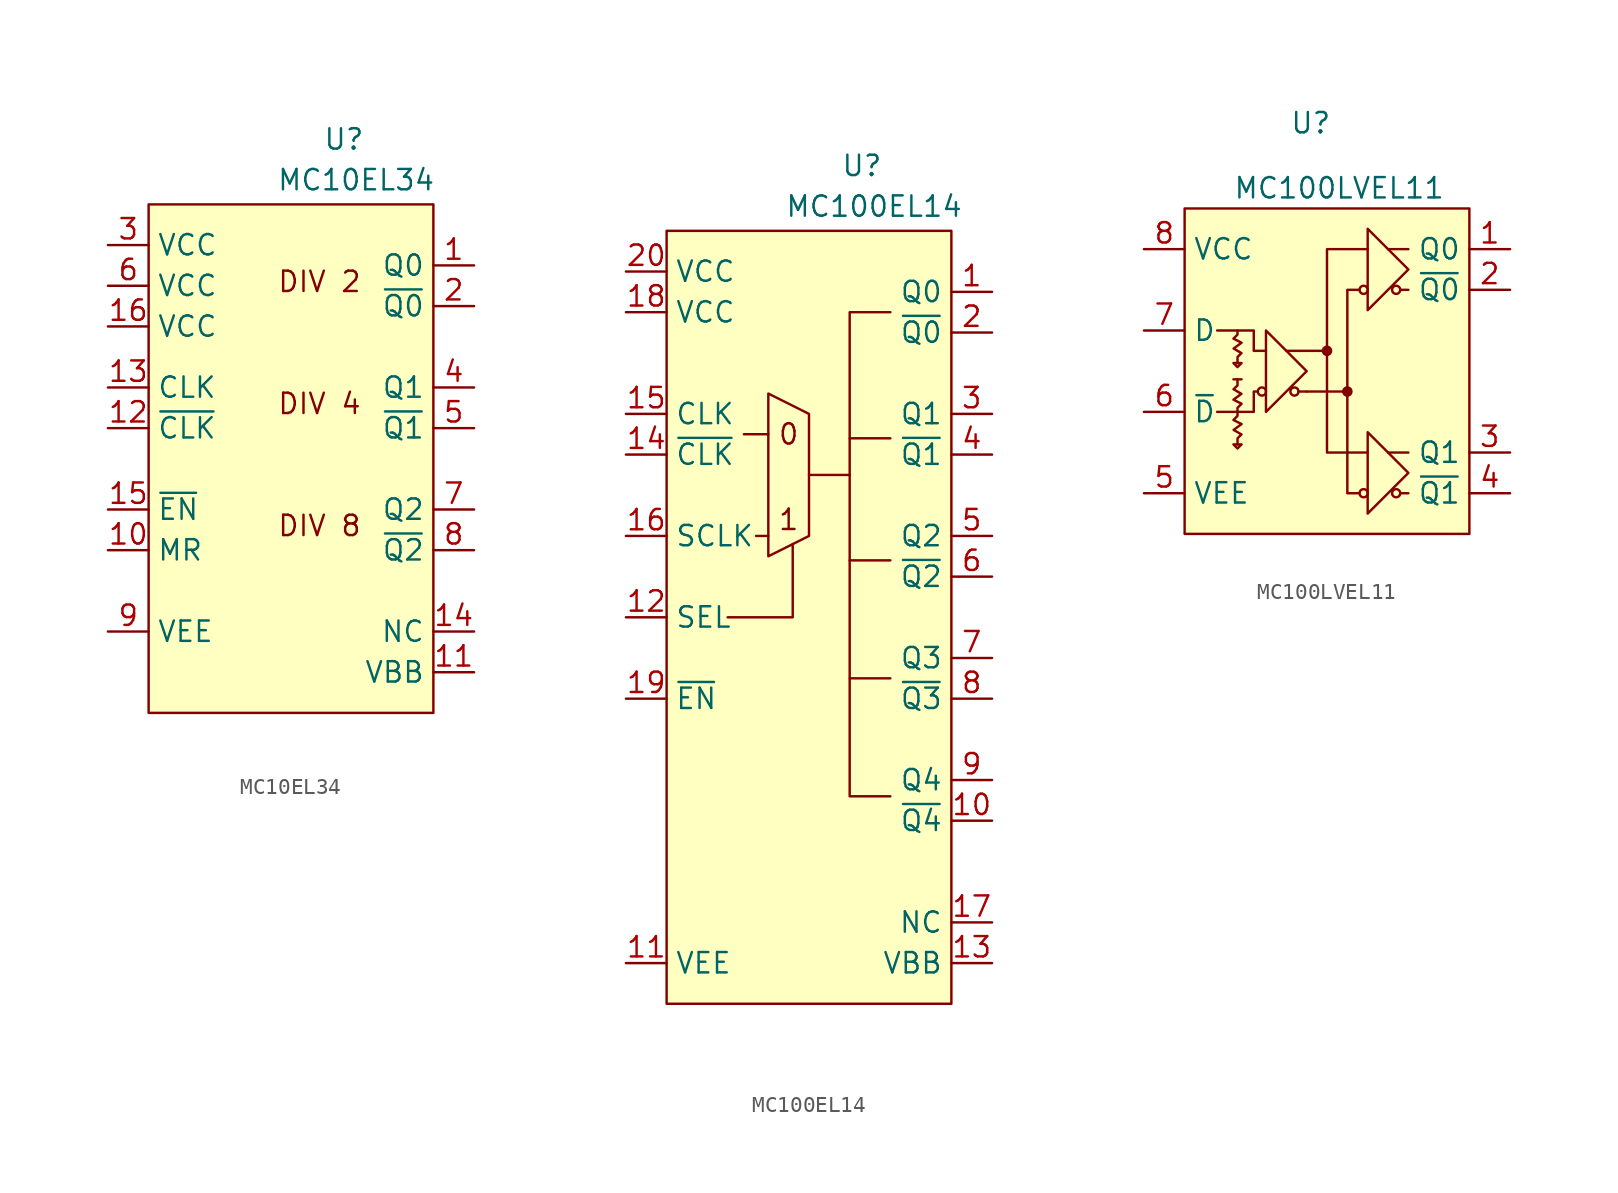
<source format=kicad_sym>
(kicad_symbol_lib
  (version 20241209)
  (generator "kicad_symbol_editor")
  (generator_version "9.0")
  (symbol "MC10EL34"
    (property "Reference" "U"
      (at 12.192 4.064 0)
      (effects (font (size 1.27 1.27))))
    (property "Value" "MC10EL34"
      (at 12.954 1.524 0)
      (effects (font (size 1.27 1.27))))
    (symbol "MC10EL34_1_0"
      (pin power_in line (at -2.54 -2.54 0) (length 2.54) (name "VCC" (effects (font (size 1.27 1.27)))) (number "3" (effects (font (size 1.27 1.27)))))
      (pin power_in line (at -2.54 -5.08 0) (length 2.54) (name "VCC" (effects (font (size 1.27 1.27)))) (number "6" (effects (font (size 1.27 1.27)))))
      (pin power_in line (at -2.54 -7.62 0) (length 2.54) (name "VCC" (effects (font (size 1.27 1.27)))) (number "16" (effects (font (size 1.27 1.27)))))
      (pin input line (at -2.54 -11.43 0) (length 2.54) (name "CLK" (effects (font (size 1.27 1.27)))) (number "13" (effects (font (size 1.27 1.27)))))
      (pin input line (at -2.54 -13.97 0) (length 2.54) (name "~{CLK}" (effects (font (size 1.27 1.27)))) (number "12" (effects (font (size 1.27 1.27)))))
      (pin input line (at -2.54 -19.05 0) (length 2.54) (name "~{EN}" (effects (font (size 1.27 1.27)))) (number "15" (effects (font (size 1.27 1.27)))))
      (pin input line (at -2.54 -21.59 0) (length 2.54) (name "MR" (effects (font (size 1.27 1.27)))) (number "10" (effects (font (size 1.27 1.27)))))
      (pin power_in line (at -2.54 -26.67 0) (length 2.54) (name "VEE" (effects (font (size 1.27 1.27)))) (number "9" (effects (font (size 1.27 1.27)))))
      (pin output line (at 20.32 -3.81 180) (length 2.54) (name "Q0" (effects (font (size 1.27 1.27)))) (number "1" (effects (font (size 1.27 1.27)))))
      (pin output line (at 20.32 -6.35 180) (length 2.54) (name "~{Q0}" (effects (font (size 1.27 1.27)))) (number "2" (effects (font (size 1.27 1.27)))))
      (pin output line (at 20.32 -11.43 180) (length 2.54) (name "Q1" (effects (font (size 1.27 1.27)))) (number "4" (effects (font (size 1.27 1.27)))))
      (pin output line (at 20.32 -13.97 180) (length 2.54) (name "~{Q1}" (effects (font (size 1.27 1.27)))) (number "5" (effects (font (size 1.27 1.27)))))
      (pin output line (at 20.32 -19.05 180) (length 2.54) (name "Q2" (effects (font (size 1.27 1.27)))) (number "7" (effects (font (size 1.27 1.27)))))
      (pin output line (at 20.32 -21.59 180) (length 2.54) (name "~{Q2}" (effects (font (size 1.27 1.27)))) (number "8" (effects (font (size 1.27 1.27)))))
      (pin unspecified line (at 20.32 -26.67 180) (length 2.54) (name "NC" (effects (font (size 1.27 1.27)))) (number "14" (effects (font (size 1.27 1.27)))))
      (pin power_in line (at 20.32 -29.21 180) (length 2.54) (name "VBB" (effects (font (size 1.27 1.27)))) (number "11" (effects (font (size 1.27 1.27))))))
    (symbol "MC10EL34_1_1"
      (rectangle (start 0 0) (end 17.78 -31.75) (stroke (width 0) (type solid)) (fill (type background)))
      (text "DIV 2" (at 10.668 -4.826 0) (effects (font (size 1.27 1.27))))
      (text "DIV 4" (at 10.668 -12.446 0) (effects (font (size 1.27 1.27))))
      (text "DIV 8" (at 10.668 -20.066 0) (effects (font (size 1.27 1.27))))))
  (symbol "MC100EL14"
    (property "Reference" "U"
      (at 12.192 4.064 0)
      (effects (font (size 1.27 1.27))))
    (property "Value" "MC100EL14"
      (at 12.954 1.524 0)
      (effects (font (size 1.27 1.27))))
    (symbol "MC100EL14_1_0"
      (pin power_in line (at -2.54 -2.54 0) (length 2.54) (name "VCC" (effects (font (size 1.27 1.27)))) (number "20" (effects (font (size 1.27 1.27)))))
      (pin power_in line (at -2.54 -5.08 0) (length 2.54) (name "VCC" (effects (font (size 1.27 1.27)))) (number "18" (effects (font (size 1.27 1.27)))))
      (pin input line (at -2.54 -11.43 0) (length 2.54) (name "CLK" (effects (font (size 1.27 1.27)))) (number "15" (effects (font (size 1.27 1.27)))))
      (pin input line (at -2.54 -13.97 0) (length 2.54) (name "~{CLK}" (effects (font (size 1.27 1.27)))) (number "14" (effects (font (size 1.27 1.27)))))
      (pin input line (at -2.54 -19.05 0) (length 2.54) (name "SCLK" (effects (font (size 1.27 1.27)))) (number "16" (effects (font (size 1.27 1.27)))))
      (pin input line (at -2.54 -24.13 0) (length 2.54) (name "SEL" (effects (font (size 1.27 1.27)))) (number "12" (effects (font (size 1.27 1.27)))))
      (pin input line (at -2.54 -29.21 0) (length 2.54) (name "~{EN}" (effects (font (size 1.27 1.27)))) (number "19" (effects (font (size 1.27 1.27)))))
      (pin power_in line (at -2.54 -45.72 0) (length 2.54) (name "VEE" (effects (font (size 1.27 1.27)))) (number "11" (effects (font (size 1.27 1.27)))))
      (pin output line (at 20.32 -3.81 180) (length 2.54) (name "Q0" (effects (font (size 1.27 1.27)))) (number "1" (effects (font (size 1.27 1.27)))))
      (pin output line (at 20.32 -6.35 180) (length 2.54) (name "~{Q0}" (effects (font (size 1.27 1.27)))) (number "2" (effects (font (size 1.27 1.27)))))
      (pin output line (at 20.32 -11.43 180) (length 2.54) (name "Q1" (effects (font (size 1.27 1.27)))) (number "3" (effects (font (size 1.27 1.27)))))
      (pin output line (at 20.32 -13.97 180) (length 2.54) (name "~{Q1}" (effects (font (size 1.27 1.27)))) (number "4" (effects (font (size 1.27 1.27)))))
      (pin output line (at 20.32 -19.05 180) (length 2.54) (name "Q2" (effects (font (size 1.27 1.27)))) (number "5" (effects (font (size 1.27 1.27)))))
      (pin output line (at 20.32 -21.59 180) (length 2.54) (name "~{Q2}" (effects (font (size 1.27 1.27)))) (number "6" (effects (font (size 1.27 1.27)))))
      (pin output line (at 20.32 -26.67 180) (length 2.54) (name "Q3" (effects (font (size 1.27 1.27)))) (number "7" (effects (font (size 1.27 1.27)))))
      (pin output line (at 20.32 -29.21 180) (length 2.54) (name "~{Q3}" (effects (font (size 1.27 1.27)))) (number "8" (effects (font (size 1.27 1.27)))))
      (pin output line (at 20.32 -34.29 180) (length 2.54) (name "Q4" (effects (font (size 1.27 1.27)))) (number "9" (effects (font (size 1.27 1.27)))))
      (pin output line (at 20.32 -36.83 180) (length 2.54) (name "~{Q4}" (effects (font (size 1.27 1.27)))) (number "10" (effects (font (size 1.27 1.27)))))
      (pin unspecified line (at 20.32 -43.18 180) (length 2.54) (name "NC" (effects (font (size 1.27 1.27)))) (number "17" (effects (font (size 1.27 1.27)))))
      (pin power_in line (at 20.32 -45.72 180) (length 2.54) (name "VBB" (effects (font (size 1.27 1.27)))) (number "13" (effects (font (size 1.27 1.27))))))
    (symbol "MC100EL14_1_1"
      (rectangle (start 0 0) (end 17.78 -48.26) (stroke (width 0) (type solid)) (fill (type background)))
      (polyline (pts (xy 3.81 -24.13) (xy 7.874 -24.13) (xy 7.874 -19.558)) (stroke (width 0) (type default)) (fill (type none)))
      (polyline (pts (xy 4.826 -12.7) (xy 6.35 -12.7)) (stroke (width 0) (type default)) (fill (type none)))
      (polyline (pts (xy 5.588 -19.05) (xy 6.35 -19.05)) (stroke (width 0) (type default)) (fill (type none)))
      (polyline (pts (xy 6.35 -10.16) (xy 6.35 -20.32) (xy 8.89 -19.05) (xy 8.89 -11.43) (xy 6.35 -10.16)) (stroke (width 0) (type default)) (fill (type none)))
      (polyline (pts (xy 8.89 -15.24) (xy 11.43 -15.24) (xy 11.43 -5.08) (xy 13.97 -5.08)) (stroke (width 0) (type default)) (fill (type none)))
      (polyline (pts (xy 11.43 -12.954) (xy 13.97 -12.954)) (stroke (width 0) (type default)) (fill (type none)))
      (polyline (pts (xy 11.43 -15.24) (xy 11.43 -35.306) (xy 13.97 -35.306)) (stroke (width 0) (type default)) (fill (type none)))
      (polyline (pts (xy 11.43 -20.574) (xy 13.97 -20.574)) (stroke (width 0) (type default)) (fill (type none)))
      (polyline (pts (xy 11.43 -27.94) (xy 13.97 -27.94)) (stroke (width 0) (type default)) (fill (type none)))
      (text "0" (at 7.62 -12.7 0) (effects (font (size 1.27 1.27))))
      (text "1" (at 7.62 -18.034 0) (effects (font (size 1.27 1.27))))))
  (symbol "MC100LVEL11"
    (property "Reference" "U"
      (at 7.874 5.334 0)
      (effects (font (size 1.27 1.27))))
    (property "Value" "MC100LVEL11"
      (at 9.652 1.27 0)
      (effects (font (size 1.27 1.27))))
    (symbol "MC100LVEL11_1_0"
      (pin power_in line (at -2.54 -2.54 0) (length 2.54) (name "VCC" (effects (font (size 1.27 1.27)))) (number "8" (effects (font (size 1.27 1.27)))))
      (pin input line (at -2.54 -7.62 0) (length 2.54) (name "D" (effects (font (size 1.27 1.27)))) (number "7" (effects (font (size 1.27 1.27)))))
      (pin input line (at -2.54 -12.7 0) (length 2.54) (name "~{D}" (effects (font (size 1.27 1.27)))) (number "6" (effects (font (size 1.27 1.27)))))
      (pin power_in line (at -2.54 -17.78 0) (length 2.54) (name "VEE" (effects (font (size 1.27 1.27)))) (number "5" (effects (font (size 1.27 1.27)))))
      (pin output line (at 20.32 -2.54 180) (length 2.54) (name "Q0" (effects (font (size 1.27 1.27)))) (number "1" (effects (font (size 1.27 1.27)))))
      (pin output line (at 20.32 -5.08 180) (length 2.54) (name "~{Q0}" (effects (font (size 1.27 1.27)))) (number "2" (effects (font (size 1.27 1.27)))))
      (pin output line (at 20.32 -15.24 180) (length 2.54) (name "Q1" (effects (font (size 1.27 1.27)))) (number "3" (effects (font (size 1.27 1.27)))))
      (pin output line (at 20.32 -17.78 180) (length 2.54) (name "~{Q1}" (effects (font (size 1.27 1.27)))) (number "4" (effects (font (size 1.27 1.27))))))
    (symbol "MC100LVEL11_1_1"
      (rectangle (start 0 0) (end 17.78 -20.32) (stroke (width 0) (type solid)) (fill (type background)))
      (polyline (pts (xy 2.032 -7.62) (xy 4.318 -7.62) (xy 4.318 -8.89) (xy 5.08 -8.89)) (stroke (width 0) (type default)) (fill (type none)))
      (polyline (pts (xy 2.032 -12.7) (xy 4.318 -12.7) (xy 4.318 -11.43) (xy 4.572 -11.43)) (stroke (width 0) (type default)) (fill (type none)))
      (polyline (pts (xy 3.048 -9.652) (xy 3.556 -9.652) (xy 3.302 -9.906) (xy 3.048 -9.652)) (stroke (width 0) (type default)) (fill (type none)))
      (polyline (pts (xy 3.048 -10.668) (xy 3.556 -10.668)) (stroke (width 0) (type default)) (fill (type none)))
      (polyline (pts (xy 3.048 -14.732) (xy 3.556 -14.732) (xy 3.302 -14.986) (xy 3.048 -14.732)) (stroke (width 0) (type default)) (fill (type none)))
      (polyline (pts (xy 3.302 -7.62) (xy 3.302 -7.874) (xy 3.048 -8.128) (xy 3.556 -8.382) (xy 3.058 -8.746) (xy 3.551 -9.032) (xy 3.303 -9.27) (xy 3.302 -9.652)) (stroke (width 0) (type default)) (fill (type none)))
      (polyline (pts (xy 3.302 -12.7) (xy 3.302 -12.446) (xy 3.556 -12.192) (xy 3.048 -11.938) (xy 3.546 -11.574) (xy 3.053 -11.288) (xy 3.301 -11.05) (xy 3.302 -10.668)) (stroke (width 0) (type default)) (fill (type none)))
      (polyline (pts (xy 3.302 -12.7) (xy 3.302 -12.954) (xy 3.048 -13.208) (xy 3.556 -13.462) (xy 3.058 -13.826) (xy 3.551 -14.112) (xy 3.303 -14.35) (xy 3.302 -14.732)) (stroke (width 0) (type default)) (fill (type none)))
      (circle (center 4.826 -11.43) (radius 0.254) (stroke (width 0) (type default)) (fill (type none)))
      (polyline (pts (xy 5.08 -7.62) (xy 5.08 -12.7) (xy 7.62 -10.16) (xy 5.08 -7.62)) (stroke (width 0) (type default)) (fill (type none)))
      (polyline (pts (xy 6.35 -8.89) (xy 8.89 -8.89)) (stroke (width 0) (type default)) (fill (type none)))
      (circle (center 6.858 -11.43) (radius 0.254) (stroke (width 0) (type default)) (fill (type none)))
      (polyline (pts (xy 7.112 -11.43) (xy 7.62 -11.43)) (stroke (width 0) (type default)) (fill (type none)))
      (polyline (pts (xy 7.62 -11.43) (xy 10.16 -11.43) (xy 10.16 -5.08) (xy 10.922 -5.08)) (stroke (width 0) (type default)) (fill (type none)))
      (polyline (pts (xy 8.89 -8.89) (xy 8.89 -2.54) (xy 11.43 -2.54)) (stroke (width 0) (type default)) (fill (type none)))
      (polyline (pts (xy 8.89 -8.89) (xy 8.89 -15.24) (xy 11.43 -15.24)) (stroke (width 0) (type default)) (fill (type none)))
      (circle (center 8.89 -8.89) (radius 0.254) (stroke (width 0) (type default)) (fill (type outline)))
      (polyline (pts (xy 10.16 -11.43) (xy 10.16 -17.78) (xy 10.922 -17.78)) (stroke (width 0) (type default)) (fill (type none)))
      (circle (center 10.16 -11.43) (radius 0.254) (stroke (width 0) (type default)) (fill (type outline)))
      (circle (center 11.176 -5.08) (radius 0.254) (stroke (width 0) (type default)) (fill (type none)))
      (circle (center 11.176 -17.78) (radius 0.254) (stroke (width 0) (type default)) (fill (type none)))
      (polyline (pts (xy 11.43 -1.27) (xy 11.43 -6.35) (xy 13.97 -3.81) (xy 11.43 -1.27)) (stroke (width 0) (type default)) (fill (type none)))
      (polyline (pts (xy 11.43 -13.97) (xy 11.43 -19.05) (xy 13.97 -16.51) (xy 11.43 -13.97)) (stroke (width 0) (type default)) (fill (type none)))
      (polyline (pts (xy 12.7 -2.54) (xy 13.97 -2.54)) (stroke (width 0) (type default)) (fill (type none)))
      (polyline (pts (xy 12.7 -15.24) (xy 13.97 -15.24)) (stroke (width 0) (type default)) (fill (type none)))
      (circle (center 13.208 -5.08) (radius 0.254) (stroke (width 0) (type default)) (fill (type none)))
      (circle (center 13.208 -17.78) (radius 0.254) (stroke (width 0) (type default)) (fill (type none)))
      (polyline (pts (xy 13.462 -5.08) (xy 13.97 -5.08)) (stroke (width 0) (type default)) (fill (type none)))
      (polyline (pts (xy 13.462 -17.78) (xy 13.97 -17.78)) (stroke (width 0) (type default)) (fill (type none))))))
</source>
